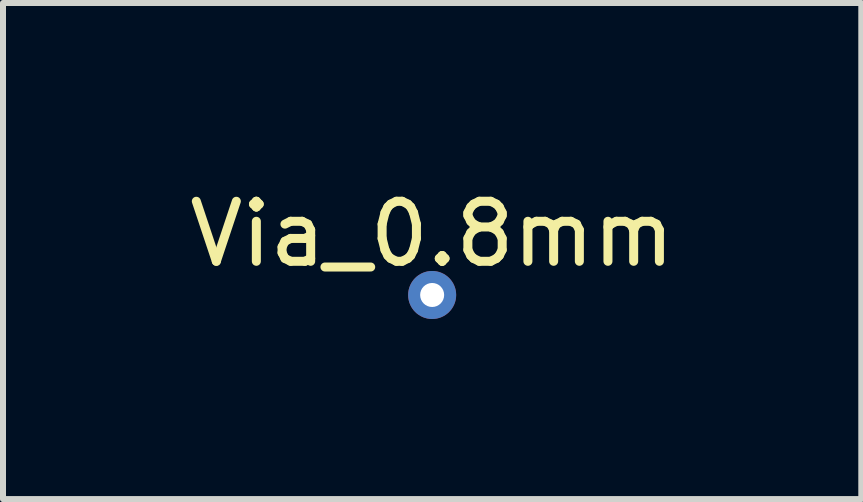
<source format=kicad_pcb>
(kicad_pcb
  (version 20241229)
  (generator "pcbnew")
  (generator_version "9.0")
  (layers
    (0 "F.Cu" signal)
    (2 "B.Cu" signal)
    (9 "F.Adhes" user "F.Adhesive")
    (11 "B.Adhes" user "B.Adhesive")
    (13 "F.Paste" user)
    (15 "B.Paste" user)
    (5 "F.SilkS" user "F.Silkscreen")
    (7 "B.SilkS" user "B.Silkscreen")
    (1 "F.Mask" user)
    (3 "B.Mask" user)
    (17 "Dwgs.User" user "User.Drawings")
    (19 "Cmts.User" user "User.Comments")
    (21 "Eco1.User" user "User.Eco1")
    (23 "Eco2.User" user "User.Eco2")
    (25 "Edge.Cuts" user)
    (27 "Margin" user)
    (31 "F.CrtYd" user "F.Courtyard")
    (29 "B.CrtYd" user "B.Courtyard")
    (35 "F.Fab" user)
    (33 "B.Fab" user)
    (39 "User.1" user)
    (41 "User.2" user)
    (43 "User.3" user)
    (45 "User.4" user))
  (footprint "Via_0.8mm"
    (layer "F.Cu")
    (at 4.149 1.864)
    (property "Reference" "Via_0.8mm" (at 0 -1.016 0) (unlocked yes) (layer "F.SilkS") (effects (font (size 1 1) (thickness 0.15))))
    (attr through_hole)
    (pad "1" thru_hole circle (at 0 0 180) (size 0.8 0.8) (drill 0.4) (layers "*.Cu" "*.Mask")))
  (gr_rect
    (start -3 -3)
    (end 11.298 5.264)
    (stroke (width 0.1) (type default))
    (fill no)
    (layer "Edge.Cuts")))
</source>
